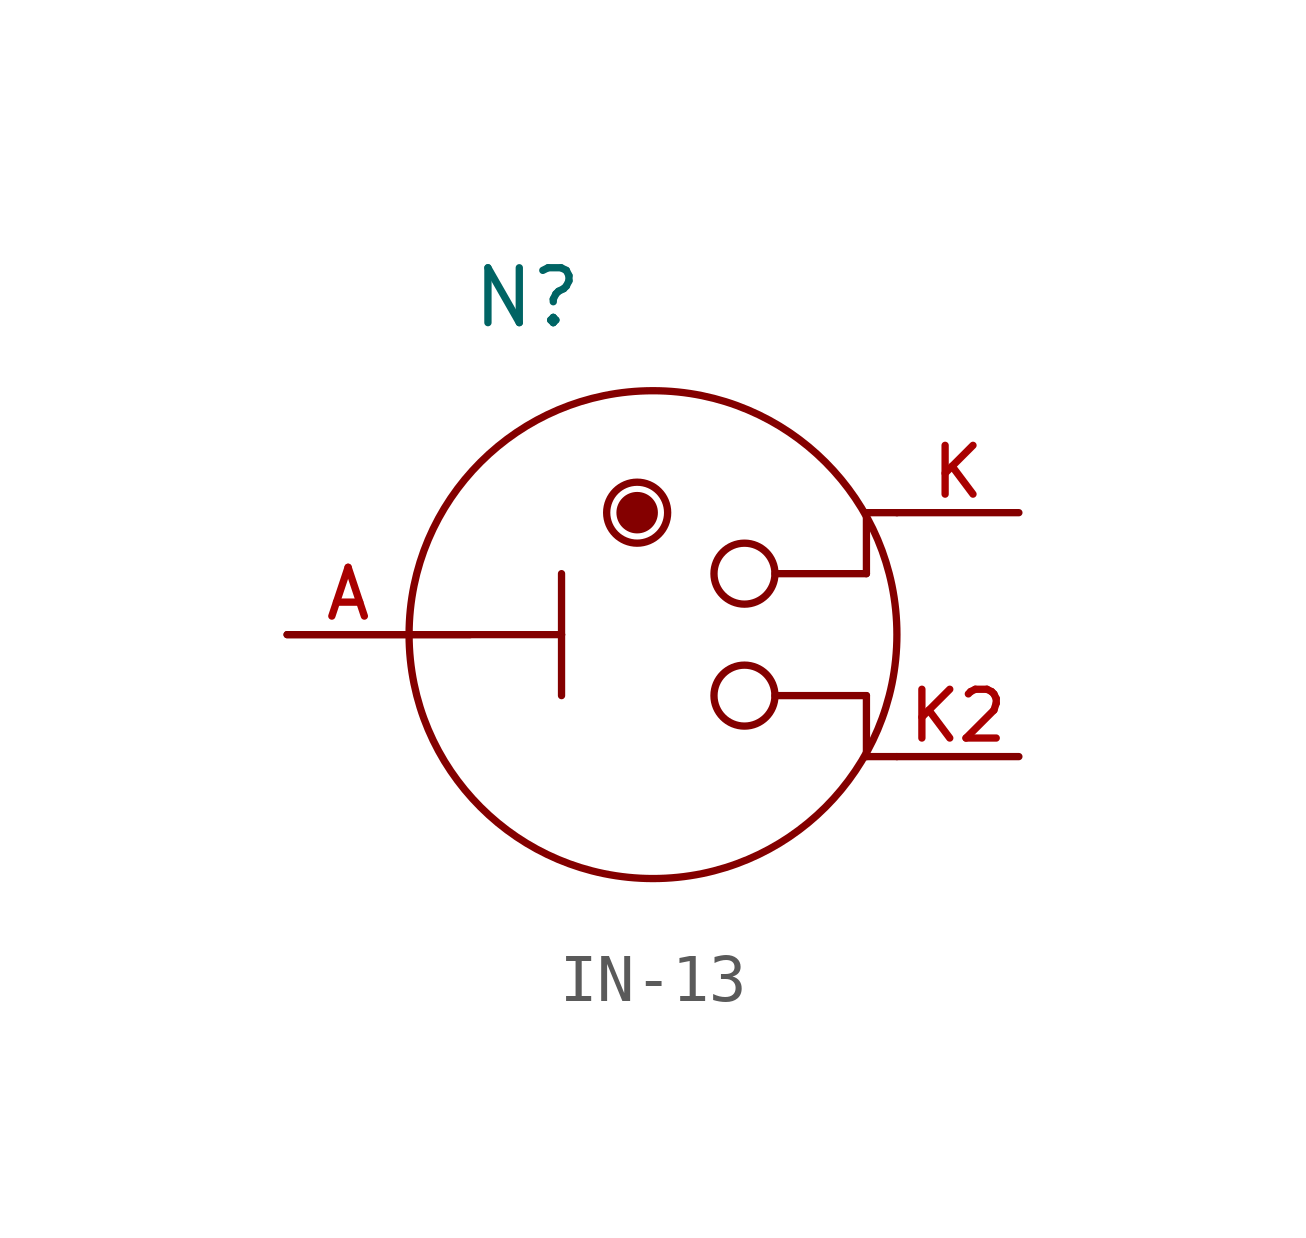
<source format=kicad_sym>
(kicad_symbol_lib
  (version 20241209)
  (generator "kicad_symbol_editor")
  (generator_version "9.0")
  (symbol "IN-13"
    (pin_names
      (offset 1.016)
      (hide yes))
    (property "Reference" "N"
      (at -3.81 6.35 0)
      (effects (font (size 1.143 1.143)) (justify left bottom)))
    (property "ki_locked" ""
      (at 0 0 0)
      (effects (font (size 1.27 1.27))))
    (symbol "IN-13_1_0"
      (polyline (pts (xy -7.62 0) (xy -5.08 0)) (stroke (width 0) (type solid)) (fill (type none)))
      (polyline (pts (xy -5.08 0) (xy -1.905 0)) (stroke (width 0) (type solid)) (fill (type none)))
      (polyline (pts (xy -3.81 0) (xy -5.08 0)) (stroke (width 0) (type solid)) (fill (type none)))
      (polyline (pts (xy -1.905 0) (xy -1.905 1.27)) (stroke (width 0) (type solid)) (fill (type none)))
      (polyline (pts (xy -1.905 0) (xy -1.905 -1.27)) (stroke (width 0) (type solid)) (fill (type none)))
      (polyline (pts (xy -0.33 2.515) (xy -0.279 2.515)) (stroke (width 0) (type solid)) (fill (type none)))
      (polyline (pts (xy 4.445 1.27) (xy 2.54 1.27)) (stroke (width 0) (type solid)) (fill (type none)))
      (polyline (pts (xy 4.445 1.27) (xy 4.445 2.54)) (stroke (width 0) (type solid)) (fill (type none)))
      (polyline (pts (xy 4.445 -1.27) (xy 2.54 -1.27)) (stroke (width 0) (type solid)) (fill (type none)))
      (polyline (pts (xy 4.445 -1.27) (xy 4.445 -2.54)) (stroke (width 0) (type solid)) (fill (type none)))
      (polyline (pts (xy 5.08 2.54) (xy 4.445 2.54)) (stroke (width 0) (type solid)) (fill (type none)))
      (polyline (pts (xy 5.08 -2.54) (xy 4.445 -2.54)) (stroke (width 0) (type solid)) (fill (type none))))
    (symbol "IN-13_1_1"
      (circle (center -0.33 2.54) (radius 0.076) (stroke (width 0) (type solid)) (fill (type outline)))
      (circle (center -0.33 2.54) (radius 0.203) (stroke (width 0) (type solid)) (fill (type outline)))
      (circle (center -0.33 2.54) (radius 0.254) (stroke (width 0) (type solid)) (fill (type none)))
      (circle (center -0.33 2.54) (radius 0.356) (stroke (width 0) (type solid)) (fill (type none)))
      (circle (center -0.33 2.54) (radius 0.635) (stroke (width 0) (type solid)) (fill (type none)))
      (arc (start -0.3302 2.5146) (mid -0.3661 2.5295) (end -0.381 2.5654) (stroke (width 0) (type solid)) (fill (type none)))
      (circle (center 0 0) (radius 5.08) (stroke (width 0) (type solid)) (fill (type none)))
      (circle (center 1.905 1.27) (radius 0.635) (stroke (width 0) (type solid)) (fill (type none)))
      (circle (center 1.905 -1.27) (radius 0.635) (stroke (width 0) (type solid)) (fill (type none)))
      (pin bidirectional line (at -7.62 0 0) (length 2.54) (name "A" (effects (font (size 1.016 1.016)))) (number "A" (effects (font (size 1.016 1.016)))))
      (pin bidirectional line (at 7.62 2.54 180) (length 2.54) (name "K" (effects (font (size 1.016 1.016)))) (number "K" (effects (font (size 1.016 1.016)))))
      (pin bidirectional line (at 7.62 -2.54 180) (length 2.54) (name "K2" (effects (font (size 1.016 1.016)))) (number "K2" (effects (font (size 1.016 1.016))))))))
</source>
